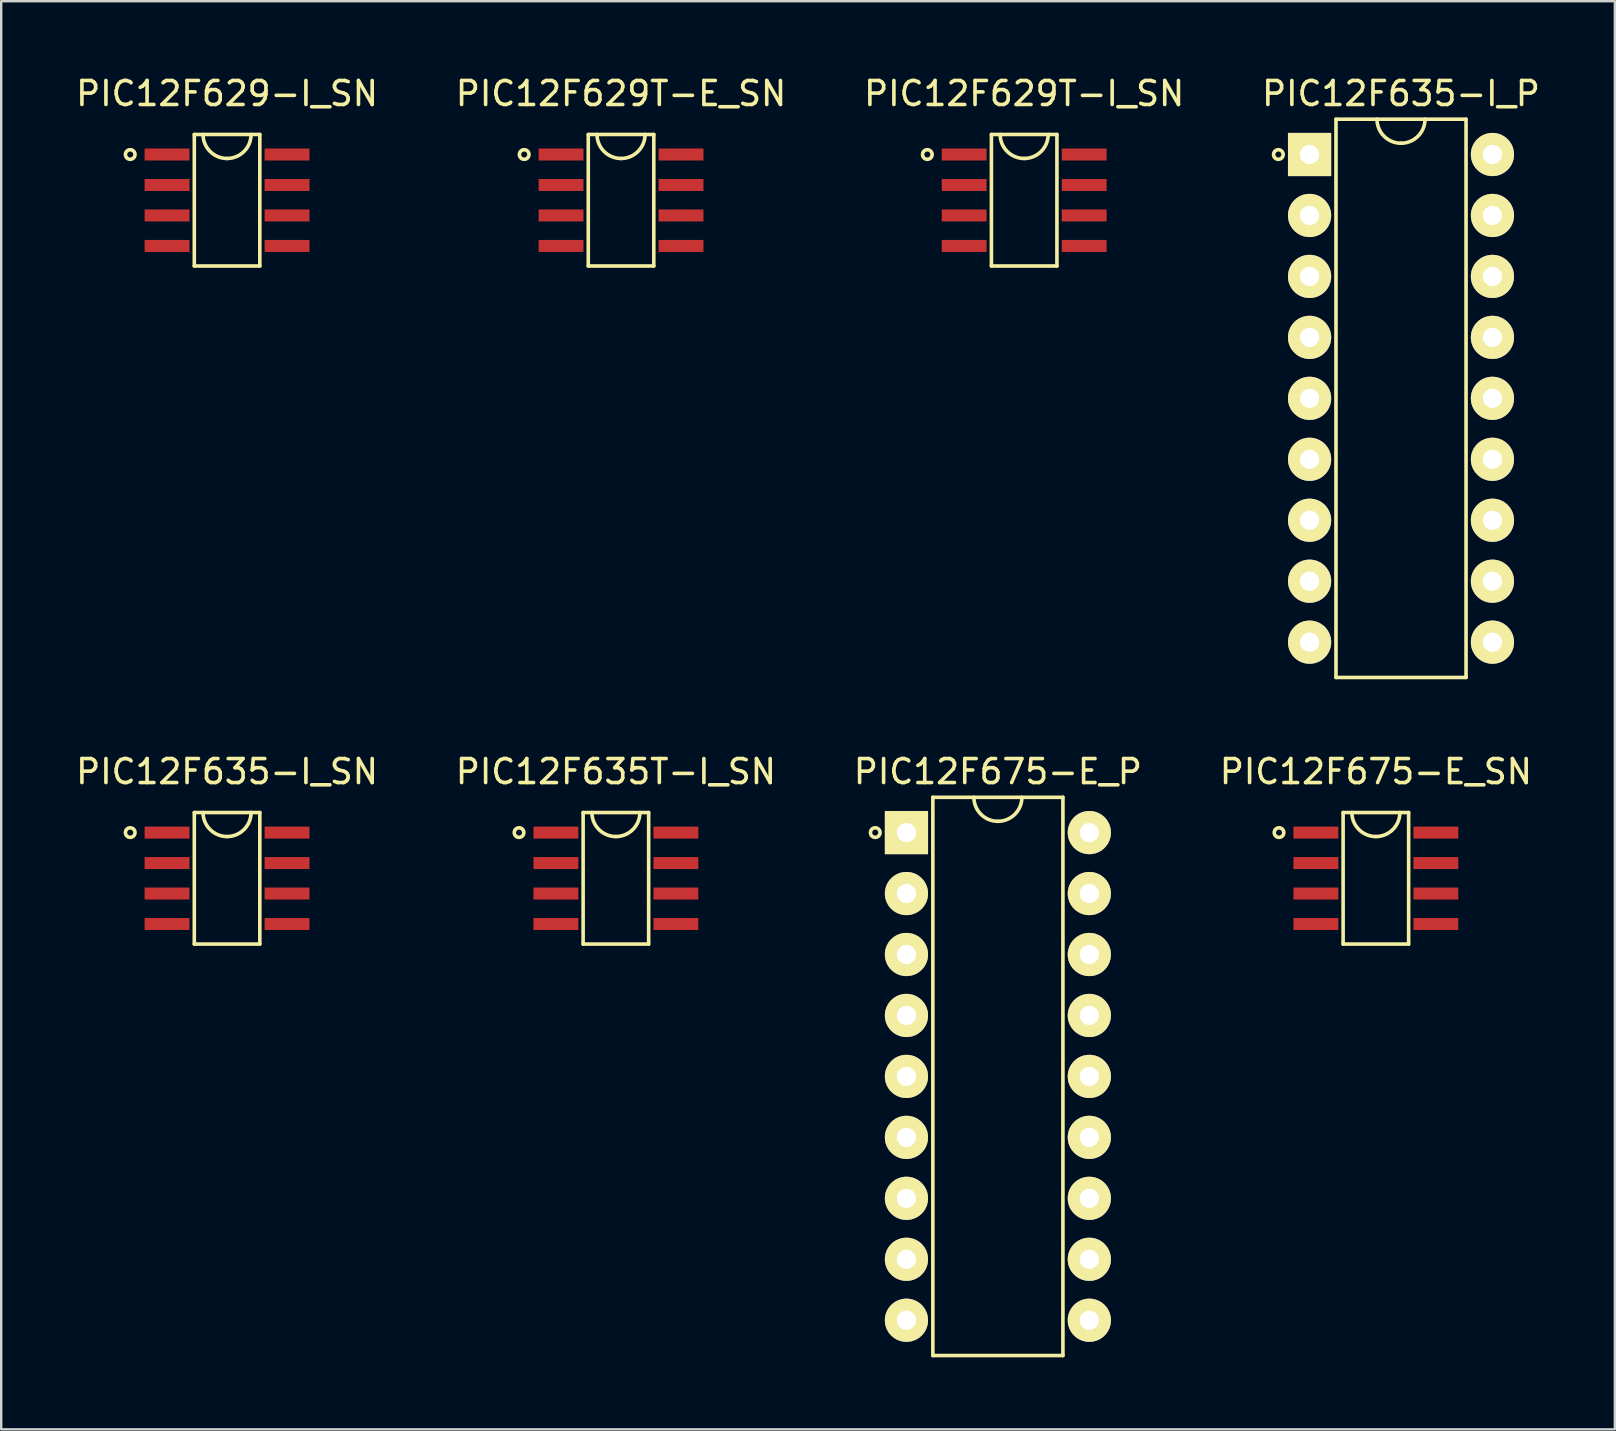
<source format=kicad_pcb>
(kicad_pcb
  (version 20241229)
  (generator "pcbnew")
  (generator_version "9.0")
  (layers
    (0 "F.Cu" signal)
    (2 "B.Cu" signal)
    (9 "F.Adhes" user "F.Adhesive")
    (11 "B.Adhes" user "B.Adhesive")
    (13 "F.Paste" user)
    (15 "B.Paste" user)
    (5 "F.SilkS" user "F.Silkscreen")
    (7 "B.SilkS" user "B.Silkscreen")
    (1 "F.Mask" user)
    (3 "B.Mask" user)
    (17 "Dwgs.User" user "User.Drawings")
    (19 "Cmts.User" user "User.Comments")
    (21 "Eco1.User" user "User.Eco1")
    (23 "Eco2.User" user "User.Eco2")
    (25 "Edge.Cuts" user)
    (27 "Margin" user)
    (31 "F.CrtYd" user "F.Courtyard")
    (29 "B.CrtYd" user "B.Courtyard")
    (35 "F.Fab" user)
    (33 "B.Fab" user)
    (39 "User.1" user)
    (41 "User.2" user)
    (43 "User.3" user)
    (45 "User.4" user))
  (footprint "PIC12F635-I_P"
    (layer "F.Cu")
    (at 51.517 3.388)
    (property "Reference" "PIC12F635-I_P" (at 3.81 -2.54 0) (layer "F.SilkS") (effects (font (size 1 1) (thickness 0.15))))
    (attr through_hole)
    (fp_line (start 1.1 -1.47) (end 6.52 -1.47) (stroke (width 0.15) (type solid)) (layer "F.SilkS"))
    (fp_line (start 1.1 21.79) (end 1.1 -1.47) (stroke (width 0.15) (type solid)) (layer "F.SilkS"))
    (fp_line (start 6.52 -1.47) (end 6.52 21.79) (stroke (width 0.15) (type solid)) (layer "F.SilkS"))
    (fp_line (start 6.52 21.79) (end 1.1 21.79) (stroke (width 0.15) (type solid)) (layer "F.SilkS"))
    (fp_arc (start 3.81 -0.47) (mid 3.102893 -0.762893) (end 2.81 -1.47) (stroke (width 0.15) (type solid)) (layer "F.SilkS"))
    (fp_arc (start 4.81 -1.47) (mid 4.517107 -0.762893) (end 3.81 -0.47) (stroke (width 0.15) (type solid)) (layer "F.SilkS"))
    (fp_circle (center -1.3 0) (end -1.3 0.2) (stroke (width 0.15) (type solid)) (fill no) (layer "F.SilkS"))
    (pad "1" thru_hole rect (at 0 0) (size 1.8 1.8) (drill 0.8) (layers "*.Cu" "*.Mask" "F.SilkS"))
    (pad "2" thru_hole circle (at 0 2.54) (size 1.8 1.8) (drill 0.8) (layers "*.Cu" "*.Mask" "F.SilkS"))
    (pad "3" thru_hole circle (at 0 5.08) (size 1.8 1.8) (drill 0.8) (layers "*.Cu" "*.Mask" "F.SilkS"))
    (pad "4" thru_hole circle (at 0 7.62) (size 1.8 1.8) (drill 0.8) (layers "*.Cu" "*.Mask" "F.SilkS"))
    (pad "5" thru_hole circle (at 0 10.16) (size 1.8 1.8) (drill 0.8) (layers "*.Cu" "*.Mask" "F.SilkS"))
    (pad "6" thru_hole circle (at 0 12.7) (size 1.8 1.8) (drill 0.8) (layers "*.Cu" "*.Mask" "F.SilkS"))
    (pad "7" thru_hole circle (at 0 15.24) (size 1.8 1.8) (drill 0.8) (layers "*.Cu" "*.Mask" "F.SilkS"))
    (pad "8" thru_hole circle (at 0 17.78) (size 1.8 1.8) (drill 0.8) (layers "*.Cu" "*.Mask" "F.SilkS"))
    (pad "9" thru_hole circle (at 0 20.32) (size 1.8 1.8) (drill 0.8) (layers "*.Cu" "*.Mask" "F.SilkS"))
    (pad "10" thru_hole circle (at 7.62 20.32) (size 1.8 1.8) (drill 0.8) (layers "*.Cu" "*.Mask" "F.SilkS"))
    (pad "11" thru_hole circle (at 7.62 17.78) (size 1.8 1.8) (drill 0.8) (layers "*.Cu" "*.Mask" "F.SilkS"))
    (pad "12" thru_hole circle (at 7.62 15.24) (size 1.8 1.8) (drill 0.8) (layers "*.Cu" "*.Mask" "F.SilkS"))
    (pad "13" thru_hole circle (at 7.62 12.7) (size 1.8 1.8) (drill 0.8) (layers "*.Cu" "*.Mask" "F.SilkS"))
    (pad "14" thru_hole circle (at 7.62 10.16) (size 1.8 1.8) (drill 0.8) (layers "*.Cu" "*.Mask" "F.SilkS"))
    (pad "15" thru_hole circle (at 7.62 7.62) (size 1.8 1.8) (drill 0.8) (layers "*.Cu" "*.Mask" "F.SilkS"))
    (pad "16" thru_hole circle (at 7.62 5.08) (size 1.8 1.8) (drill 0.8) (layers "*.Cu" "*.Mask" "F.SilkS"))
    (pad "17" thru_hole circle (at 7.62 2.54) (size 1.8 1.8) (drill 0.8) (layers "*.Cu" "*.Mask" "F.SilkS"))
    (pad "18" thru_hole circle (at 7.62 0) (size 1.8 1.8) (drill 0.8) (layers "*.Cu" "*.Mask" "F.SilkS")))
  (footprint "PIC12F629-I_SN"
    (layer "F.Cu")
    (at 3.911 3.388)
    (property "Reference" "PIC12F629-I_SN" (at 2.5 -2.54 0) (layer "F.SilkS") (effects (font (size 1 1) (thickness 0.15))))
    (attr through_hole)
    (fp_line (start 1.135 -0.835) (end 3.865 -0.835) (stroke (width 0.15) (type solid)) (layer "F.SilkS"))
    (fp_line (start 1.135 4.645) (end 1.135 -0.835) (stroke (width 0.15) (type solid)) (layer "F.SilkS"))
    (fp_line (start 3.865 -0.835) (end 3.865 4.645) (stroke (width 0.15) (type solid)) (layer "F.SilkS"))
    (fp_line (start 3.865 4.645) (end 1.135 4.645) (stroke (width 0.15) (type solid)) (layer "F.SilkS"))
    (fp_arc (start 2.5 0.165) (mid 1.792893 -0.127893) (end 1.5 -0.835) (stroke (width 0.15) (type solid)) (layer "F.SilkS"))
    (fp_arc (start 3.5 -0.835) (mid 3.207107 -0.127893) (end 2.5 0.165) (stroke (width 0.15) (type solid)) (layer "F.SilkS"))
    (fp_circle (center -1.535 0) (end -1.535 0.2) (stroke (width 0.15) (type solid)) (fill no) (layer "F.SilkS"))
    (pad "1" smd rect (at 0 0) (size 1.87 0.5) (layers "F.Cu" "F.Mask" "F.Paste"))
    (pad "2" smd rect (at 0 1.27) (size 1.87 0.5) (layers "F.Cu" "F.Mask" "F.Paste"))
    (pad "3" smd rect (at 0 2.54) (size 1.87 0.5) (layers "F.Cu" "F.Mask" "F.Paste"))
    (pad "4" smd rect (at 0 3.81) (size 1.87 0.5) (layers "F.Cu" "F.Mask" "F.Paste"))
    (pad "5" smd rect (at 5 3.81) (size 1.87 0.5) (layers "F.Cu" "F.Mask" "F.Paste"))
    (pad "6" smd rect (at 5 2.54) (size 1.87 0.5) (layers "F.Cu" "F.Mask" "F.Paste"))
    (pad "7" smd rect (at 5 1.27) (size 1.87 0.5) (layers "F.Cu" "F.Mask" "F.Paste"))
    (pad "8" smd rect (at 5 0) (size 1.87 0.5) (layers "F.Cu" "F.Mask" "F.Paste")))
  (footprint "PIC12F629T-I_SN"
    (layer "F.Cu")
    (at 37.125 3.388)
    (property "Reference" "PIC12F629T-I_SN" (at 2.5 -2.54 0) (layer "F.SilkS") (effects (font (size 1 1) (thickness 0.15))))
    (attr through_hole)
    (fp_line (start 1.135 -0.835) (end 3.865 -0.835) (stroke (width 0.15) (type solid)) (layer "F.SilkS"))
    (fp_line (start 1.135 4.645) (end 1.135 -0.835) (stroke (width 0.15) (type solid)) (layer "F.SilkS"))
    (fp_line (start 3.865 -0.835) (end 3.865 4.645) (stroke (width 0.15) (type solid)) (layer "F.SilkS"))
    (fp_line (start 3.865 4.645) (end 1.135 4.645) (stroke (width 0.15) (type solid)) (layer "F.SilkS"))
    (fp_arc (start 2.5 0.165) (mid 1.792893 -0.127893) (end 1.5 -0.835) (stroke (width 0.15) (type solid)) (layer "F.SilkS"))
    (fp_arc (start 3.5 -0.835) (mid 3.207107 -0.127893) (end 2.5 0.165) (stroke (width 0.15) (type solid)) (layer "F.SilkS"))
    (fp_circle (center -1.535 0) (end -1.535 0.2) (stroke (width 0.15) (type solid)) (fill no) (layer "F.SilkS"))
    (pad "1" smd rect (at 0 0) (size 1.87 0.5) (layers "F.Cu" "F.Mask" "F.Paste"))
    (pad "2" smd rect (at 0 1.27) (size 1.87 0.5) (layers "F.Cu" "F.Mask" "F.Paste"))
    (pad "3" smd rect (at 0 2.54) (size 1.87 0.5) (layers "F.Cu" "F.Mask" "F.Paste"))
    (pad "4" smd rect (at 0 3.81) (size 1.87 0.5) (layers "F.Cu" "F.Mask" "F.Paste"))
    (pad "5" smd rect (at 5 3.81) (size 1.87 0.5) (layers "F.Cu" "F.Mask" "F.Paste"))
    (pad "6" smd rect (at 5 2.54) (size 1.87 0.5) (layers "F.Cu" "F.Mask" "F.Paste"))
    (pad "7" smd rect (at 5 1.27) (size 1.87 0.5) (layers "F.Cu" "F.Mask" "F.Paste"))
    (pad "8" smd rect (at 5 0) (size 1.87 0.5) (layers "F.Cu" "F.Mask" "F.Paste")))
  (footprint "PIC12F675-E_P"
    (layer "F.Cu")
    (at 34.72 31.642)
    (property "Reference" "PIC12F675-E_P" (at 3.81 -2.54 0) (layer "F.SilkS") (effects (font (size 1 1) (thickness 0.15))))
    (attr through_hole)
    (fp_line (start 1.1 -1.47) (end 6.52 -1.47) (stroke (width 0.15) (type solid)) (layer "F.SilkS"))
    (fp_line (start 1.1 21.79) (end 1.1 -1.47) (stroke (width 0.15) (type solid)) (layer "F.SilkS"))
    (fp_line (start 6.52 -1.47) (end 6.52 21.79) (stroke (width 0.15) (type solid)) (layer "F.SilkS"))
    (fp_line (start 6.52 21.79) (end 1.1 21.79) (stroke (width 0.15) (type solid)) (layer "F.SilkS"))
    (fp_arc (start 3.81 -0.47) (mid 3.102893 -0.762893) (end 2.81 -1.47) (stroke (width 0.15) (type solid)) (layer "F.SilkS"))
    (fp_arc (start 4.81 -1.47) (mid 4.517107 -0.762893) (end 3.81 -0.47) (stroke (width 0.15) (type solid)) (layer "F.SilkS"))
    (fp_circle (center -1.3 0) (end -1.3 0.2) (stroke (width 0.15) (type solid)) (fill no) (layer "F.SilkS"))
    (pad "1" thru_hole rect (at 0 0) (size 1.8 1.8) (drill 0.8) (layers "*.Cu" "*.Mask" "F.SilkS"))
    (pad "2" thru_hole circle (at 0 2.54) (size 1.8 1.8) (drill 0.8) (layers "*.Cu" "*.Mask" "F.SilkS"))
    (pad "3" thru_hole circle (at 0 5.08) (size 1.8 1.8) (drill 0.8) (layers "*.Cu" "*.Mask" "F.SilkS"))
    (pad "4" thru_hole circle (at 0 7.62) (size 1.8 1.8) (drill 0.8) (layers "*.Cu" "*.Mask" "F.SilkS"))
    (pad "5" thru_hole circle (at 0 10.16) (size 1.8 1.8) (drill 0.8) (layers "*.Cu" "*.Mask" "F.SilkS"))
    (pad "6" thru_hole circle (at 0 12.7) (size 1.8 1.8) (drill 0.8) (layers "*.Cu" "*.Mask" "F.SilkS"))
    (pad "7" thru_hole circle (at 0 15.24) (size 1.8 1.8) (drill 0.8) (layers "*.Cu" "*.Mask" "F.SilkS"))
    (pad "8" thru_hole circle (at 0 17.78) (size 1.8 1.8) (drill 0.8) (layers "*.Cu" "*.Mask" "F.SilkS"))
    (pad "9" thru_hole circle (at 0 20.32) (size 1.8 1.8) (drill 0.8) (layers "*.Cu" "*.Mask" "F.SilkS"))
    (pad "10" thru_hole circle (at 7.62 20.32) (size 1.8 1.8) (drill 0.8) (layers "*.Cu" "*.Mask" "F.SilkS"))
    (pad "11" thru_hole circle (at 7.62 17.78) (size 1.8 1.8) (drill 0.8) (layers "*.Cu" "*.Mask" "F.SilkS"))
    (pad "12" thru_hole circle (at 7.62 15.24) (size 1.8 1.8) (drill 0.8) (layers "*.Cu" "*.Mask" "F.SilkS"))
    (pad "13" thru_hole circle (at 7.62 12.7) (size 1.8 1.8) (drill 0.8) (layers "*.Cu" "*.Mask" "F.SilkS"))
    (pad "14" thru_hole circle (at 7.62 10.16) (size 1.8 1.8) (drill 0.8) (layers "*.Cu" "*.Mask" "F.SilkS"))
    (pad "15" thru_hole circle (at 7.62 7.62) (size 1.8 1.8) (drill 0.8) (layers "*.Cu" "*.Mask" "F.SilkS"))
    (pad "16" thru_hole circle (at 7.62 5.08) (size 1.8 1.8) (drill 0.8) (layers "*.Cu" "*.Mask" "F.SilkS"))
    (pad "17" thru_hole circle (at 7.62 2.54) (size 1.8 1.8) (drill 0.8) (layers "*.Cu" "*.Mask" "F.SilkS"))
    (pad "18" thru_hole circle (at 7.62 0) (size 1.8 1.8) (drill 0.8) (layers "*.Cu" "*.Mask" "F.SilkS")))
  (footprint "PIC12F635-I_SN"
    (layer "F.Cu")
    (at 3.911 31.642)
    (property "Reference" "PIC12F635-I_SN" (at 2.5 -2.54 0) (layer "F.SilkS") (effects (font (size 1 1) (thickness 0.15))))
    (attr through_hole)
    (fp_line (start 1.135 -0.835) (end 3.865 -0.835) (stroke (width 0.15) (type solid)) (layer "F.SilkS"))
    (fp_line (start 1.135 4.645) (end 1.135 -0.835) (stroke (width 0.15) (type solid)) (layer "F.SilkS"))
    (fp_line (start 3.865 -0.835) (end 3.865 4.645) (stroke (width 0.15) (type solid)) (layer "F.SilkS"))
    (fp_line (start 3.865 4.645) (end 1.135 4.645) (stroke (width 0.15) (type solid)) (layer "F.SilkS"))
    (fp_arc (start 2.5 0.165) (mid 1.792893 -0.127893) (end 1.5 -0.835) (stroke (width 0.15) (type solid)) (layer "F.SilkS"))
    (fp_arc (start 3.5 -0.835) (mid 3.207107 -0.127893) (end 2.5 0.165) (stroke (width 0.15) (type solid)) (layer "F.SilkS"))
    (fp_circle (center -1.535 0) (end -1.535 0.2) (stroke (width 0.15) (type solid)) (fill no) (layer "F.SilkS"))
    (pad "1" smd rect (at 0 0) (size 1.87 0.5) (layers "F.Cu" "F.Mask" "F.Paste"))
    (pad "2" smd rect (at 0 1.27) (size 1.87 0.5) (layers "F.Cu" "F.Mask" "F.Paste"))
    (pad "3" smd rect (at 0 2.54) (size 1.87 0.5) (layers "F.Cu" "F.Mask" "F.Paste"))
    (pad "4" smd rect (at 0 3.81) (size 1.87 0.5) (layers "F.Cu" "F.Mask" "F.Paste"))
    (pad "5" smd rect (at 5 3.81) (size 1.87 0.5) (layers "F.Cu" "F.Mask" "F.Paste"))
    (pad "6" smd rect (at 5 2.54) (size 1.87 0.5) (layers "F.Cu" "F.Mask" "F.Paste"))
    (pad "7" smd rect (at 5 1.27) (size 1.87 0.5) (layers "F.Cu" "F.Mask" "F.Paste"))
    (pad "8" smd rect (at 5 0) (size 1.87 0.5) (layers "F.Cu" "F.Mask" "F.Paste")))
  (footprint "PIC12F675-E_SN"
    (layer "F.Cu")
    (at 51.78 31.642)
    (property "Reference" "PIC12F675-E_SN" (at 2.5 -2.54 0) (layer "F.SilkS") (effects (font (size 1 1) (thickness 0.15))))
    (attr through_hole)
    (fp_line (start 1.135 -0.835) (end 3.865 -0.835) (stroke (width 0.15) (type solid)) (layer "F.SilkS"))
    (fp_line (start 1.135 4.645) (end 1.135 -0.835) (stroke (width 0.15) (type solid)) (layer "F.SilkS"))
    (fp_line (start 3.865 -0.835) (end 3.865 4.645) (stroke (width 0.15) (type solid)) (layer "F.SilkS"))
    (fp_line (start 3.865 4.645) (end 1.135 4.645) (stroke (width 0.15) (type solid)) (layer "F.SilkS"))
    (fp_arc (start 2.5 0.165) (mid 1.792893 -0.127893) (end 1.5 -0.835) (stroke (width 0.15) (type solid)) (layer "F.SilkS"))
    (fp_arc (start 3.5 -0.835) (mid 3.207107 -0.127893) (end 2.5 0.165) (stroke (width 0.15) (type solid)) (layer "F.SilkS"))
    (fp_circle (center -1.535 0) (end -1.535 0.2) (stroke (width 0.15) (type solid)) (fill no) (layer "F.SilkS"))
    (pad "1" smd rect (at 0 0) (size 1.87 0.5) (layers "F.Cu" "F.Mask" "F.Paste"))
    (pad "2" smd rect (at 0 1.27) (size 1.87 0.5) (layers "F.Cu" "F.Mask" "F.Paste"))
    (pad "3" smd rect (at 0 2.54) (size 1.87 0.5) (layers "F.Cu" "F.Mask" "F.Paste"))
    (pad "4" smd rect (at 0 3.81) (size 1.87 0.5) (layers "F.Cu" "F.Mask" "F.Paste"))
    (pad "5" smd rect (at 5 3.81) (size 1.87 0.5) (layers "F.Cu" "F.Mask" "F.Paste"))
    (pad "6" smd rect (at 5 2.54) (size 1.87 0.5) (layers "F.Cu" "F.Mask" "F.Paste"))
    (pad "7" smd rect (at 5 1.27) (size 1.87 0.5) (layers "F.Cu" "F.Mask" "F.Paste"))
    (pad "8" smd rect (at 5 0) (size 1.87 0.5) (layers "F.Cu" "F.Mask" "F.Paste")))
  (footprint "PIC12F635T-I_SN"
    (layer "F.Cu")
    (at 20.113 31.642)
    (property "Reference" "PIC12F635T-I_SN" (at 2.5 -2.54 0) (layer "F.SilkS") (effects (font (size 1 1) (thickness 0.15))))
    (attr through_hole)
    (fp_line (start 1.135 -0.835) (end 3.865 -0.835) (stroke (width 0.15) (type solid)) (layer "F.SilkS"))
    (fp_line (start 1.135 4.645) (end 1.135 -0.835) (stroke (width 0.15) (type solid)) (layer "F.SilkS"))
    (fp_line (start 3.865 -0.835) (end 3.865 4.645) (stroke (width 0.15) (type solid)) (layer "F.SilkS"))
    (fp_line (start 3.865 4.645) (end 1.135 4.645) (stroke (width 0.15) (type solid)) (layer "F.SilkS"))
    (fp_arc (start 2.5 0.165) (mid 1.792893 -0.127893) (end 1.5 -0.835) (stroke (width 0.15) (type solid)) (layer "F.SilkS"))
    (fp_arc (start 3.5 -0.835) (mid 3.207107 -0.127893) (end 2.5 0.165) (stroke (width 0.15) (type solid)) (layer "F.SilkS"))
    (fp_circle (center -1.535 0) (end -1.535 0.2) (stroke (width 0.15) (type solid)) (fill no) (layer "F.SilkS"))
    (pad "1" smd rect (at 0 0) (size 1.87 0.5) (layers "F.Cu" "F.Mask" "F.Paste"))
    (pad "2" smd rect (at 0 1.27) (size 1.87 0.5) (layers "F.Cu" "F.Mask" "F.Paste"))
    (pad "3" smd rect (at 0 2.54) (size 1.87 0.5) (layers "F.Cu" "F.Mask" "F.Paste"))
    (pad "4" smd rect (at 0 3.81) (size 1.87 0.5) (layers "F.Cu" "F.Mask" "F.Paste"))
    (pad "5" smd rect (at 5 3.81) (size 1.87 0.5) (layers "F.Cu" "F.Mask" "F.Paste"))
    (pad "6" smd rect (at 5 2.54) (size 1.87 0.5) (layers "F.Cu" "F.Mask" "F.Paste"))
    (pad "7" smd rect (at 5 1.27) (size 1.87 0.5) (layers "F.Cu" "F.Mask" "F.Paste"))
    (pad "8" smd rect (at 5 0) (size 1.87 0.5) (layers "F.Cu" "F.Mask" "F.Paste")))
  (footprint "PIC12F629T-E_SN"
    (layer "F.Cu")
    (at 20.327 3.388)
    (property "Reference" "PIC12F629T-E_SN" (at 2.5 -2.54 0) (layer "F.SilkS") (effects (font (size 1 1) (thickness 0.15))))
    (attr through_hole)
    (fp_line (start 1.135 -0.835) (end 3.865 -0.835) (stroke (width 0.15) (type solid)) (layer "F.SilkS"))
    (fp_line (start 1.135 4.645) (end 1.135 -0.835) (stroke (width 0.15) (type solid)) (layer "F.SilkS"))
    (fp_line (start 3.865 -0.835) (end 3.865 4.645) (stroke (width 0.15) (type solid)) (layer "F.SilkS"))
    (fp_line (start 3.865 4.645) (end 1.135 4.645) (stroke (width 0.15) (type solid)) (layer "F.SilkS"))
    (fp_arc (start 2.5 0.165) (mid 1.792893 -0.127893) (end 1.5 -0.835) (stroke (width 0.15) (type solid)) (layer "F.SilkS"))
    (fp_arc (start 3.5 -0.835) (mid 3.207107 -0.127893) (end 2.5 0.165) (stroke (width 0.15) (type solid)) (layer "F.SilkS"))
    (fp_circle (center -1.535 0) (end -1.535 0.2) (stroke (width 0.15) (type solid)) (fill no) (layer "F.SilkS"))
    (pad "1" smd rect (at 0 0) (size 1.87 0.5) (layers "F.Cu" "F.Mask" "F.Paste"))
    (pad "2" smd rect (at 0 1.27) (size 1.87 0.5) (layers "F.Cu" "F.Mask" "F.Paste"))
    (pad "3" smd rect (at 0 2.54) (size 1.87 0.5) (layers "F.Cu" "F.Mask" "F.Paste"))
    (pad "4" smd rect (at 0 3.81) (size 1.87 0.5) (layers "F.Cu" "F.Mask" "F.Paste"))
    (pad "5" smd rect (at 5 3.81) (size 1.87 0.5) (layers "F.Cu" "F.Mask" "F.Paste"))
    (pad "6" smd rect (at 5 2.54) (size 1.87 0.5) (layers "F.Cu" "F.Mask" "F.Paste"))
    (pad "7" smd rect (at 5 1.27) (size 1.87 0.5) (layers "F.Cu" "F.Mask" "F.Paste"))
    (pad "8" smd rect (at 5 0) (size 1.87 0.5) (layers "F.Cu" "F.Mask" "F.Paste")))
  (gr_rect
    (start -3 -3)
    (end 64.238 56.507)
    (stroke (width 0.1) (type default))
    (fill no)
    (layer "Edge.Cuts")))
</source>
